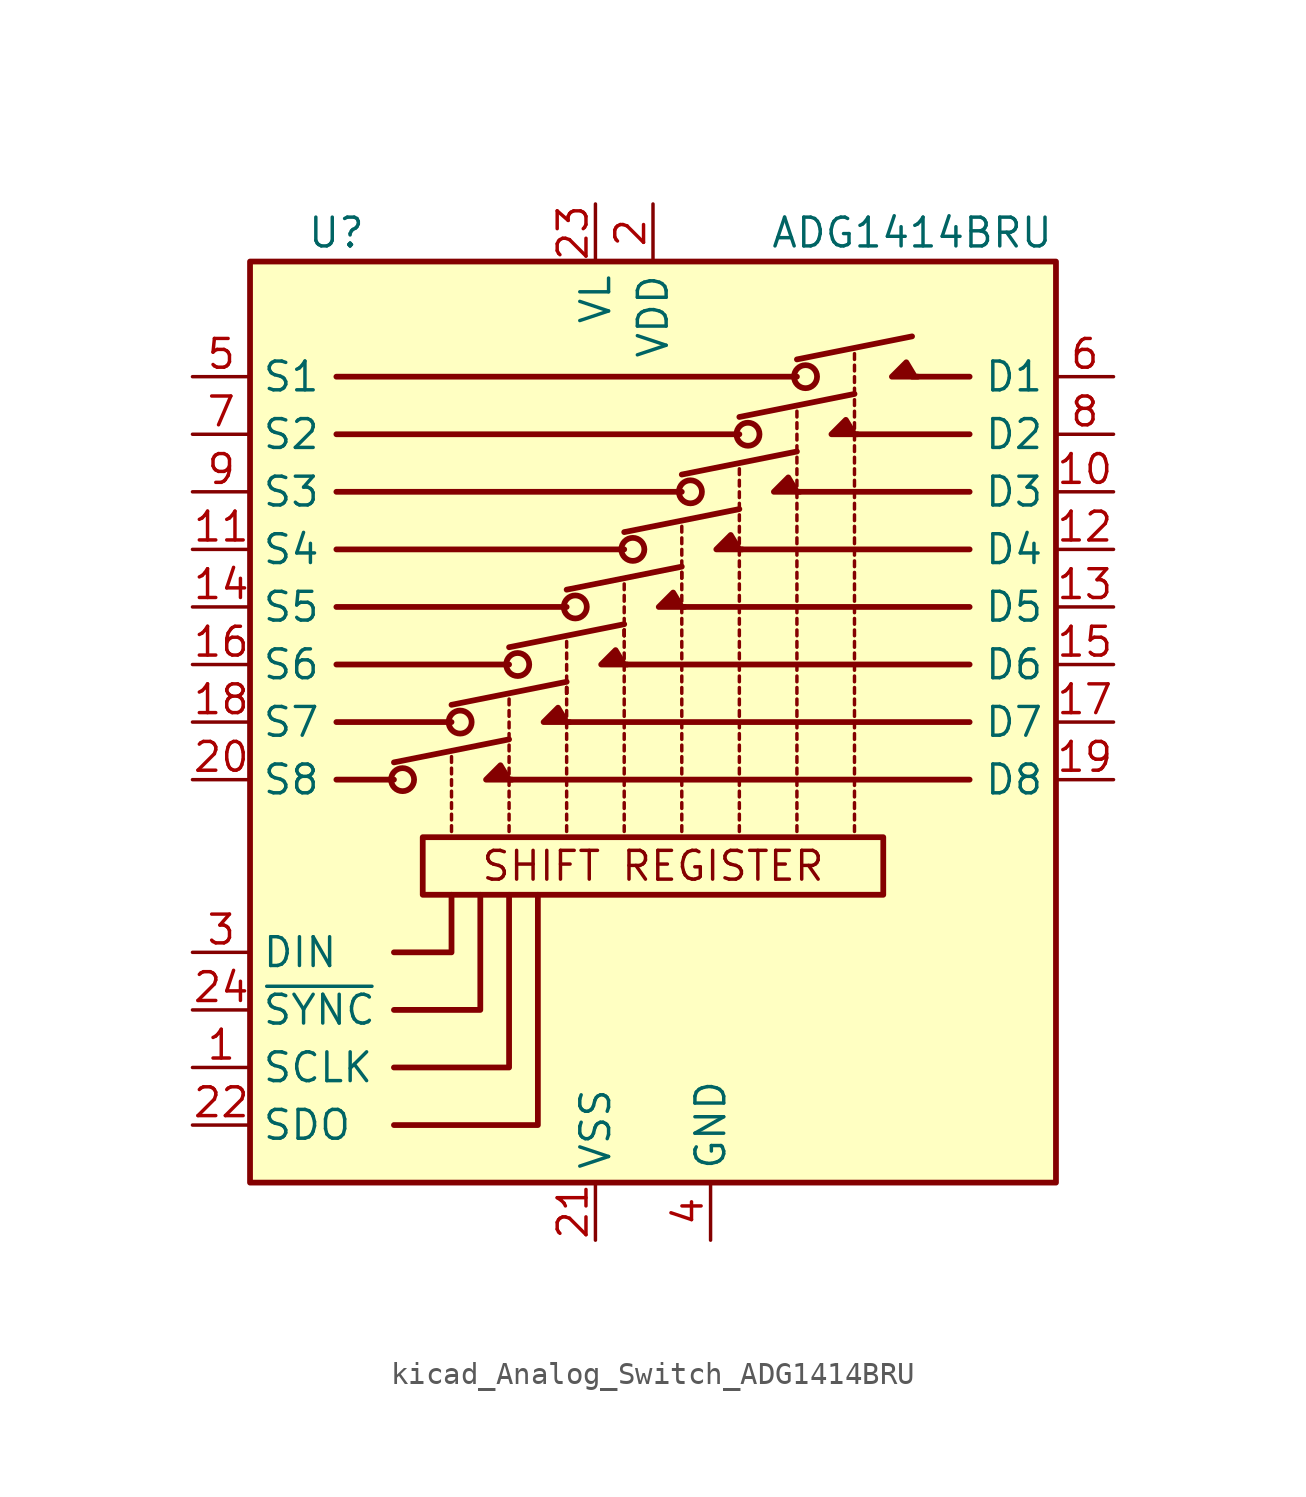
<source format=kicad_sym>
(kicad_symbol_lib
  (version 20220914)
  (generator kicad_symbol_editor)
  (symbol "kicad_Analog_Switch_ADG1414BRU"
    (property "Reference" "U"
      (at -13.97 21.59 0)
      (effects (font (size 1.27 1.27))))
    (property "Value" "ADG1414BRU"
      (at 11.43 21.59 0)
      (effects (font (size 1.27 1.27))))
    (symbol "kicad_Analog_Switch_ADG1414BRU_1_0"
      (polyline (pts (xy -11.43 -17.78) (xy -5.08 -17.78) (xy -5.08 -7.62)) (stroke (width 0.254) (type default)) (fill (type none)))
      (polyline (pts (xy -11.43 -15.24) (xy -6.35 -15.24) (xy -6.35 -7.62)) (stroke (width 0.254) (type default)) (fill (type none)))
      (polyline (pts (xy -11.43 -10.16) (xy -8.89 -10.16) (xy -8.89 -7.62)) (stroke (width 0.254) (type default)) (fill (type none)))
      (polyline (pts (xy -11.43 -12.7) (xy -7.62 -12.7) (xy -7.62 -10.16) (xy -7.62 -7.62)) (stroke (width 0.254) (type default)) (fill (type none)))
      (polyline (pts (xy -6.223 -2.54) (xy -7.366 -2.54) (xy -6.731 -1.905) (xy -6.35 -2.54)) (stroke (width 0.254) (type default)) (fill (type outline)))
      (polyline (pts (xy -3.683 0) (xy -4.826 0) (xy -4.191 0.635) (xy -3.81 0)) (stroke (width 0.254) (type default)) (fill (type outline)))
      (polyline (pts (xy -1.143 2.54) (xy -2.286 2.54) (xy -1.651 3.175) (xy -1.27 2.54)) (stroke (width 0.254) (type default)) (fill (type outline)))
      (polyline (pts (xy 1.397 5.08) (xy 0.254 5.08) (xy 0.889 5.715) (xy 1.27 5.08)) (stroke (width 0.254) (type default)) (fill (type outline)))
      (polyline (pts (xy 3.937 7.62) (xy 2.794 7.62) (xy 3.429 8.255) (xy 3.81 7.62)) (stroke (width 0.254) (type default)) (fill (type outline)))
      (polyline (pts (xy 6.477 10.16) (xy 5.334 10.16) (xy 5.969 10.795) (xy 6.35 10.16)) (stroke (width 0.254) (type default)) (fill (type outline)))
      (polyline (pts (xy 9.017 12.7) (xy 7.874 12.7) (xy 8.509 13.335) (xy 8.89 12.7)) (stroke (width 0.254) (type default)) (fill (type outline)))
      (polyline (pts (xy 11.684 15.24) (xy 10.541 15.24) (xy 11.176 15.875) (xy 11.557 15.24)) (stroke (width 0.254) (type default)) (fill (type outline)))
      (text "SHIFT REGISTER" (at 0 -6.35 0) (effects (font (size 1.27 1.27)))))
    (symbol "kicad_Analog_Switch_ADG1414BRU_1_1"
      (rectangle (start -17.78 -20.32) (end 17.78 20.32) (stroke (width 0.254) (type default)) (fill (type background)))
      (circle (center -11.049 -2.54) (radius 0.508) (stroke (width 0.254) (type default)) (fill (type none)))
      (rectangle (start -10.16 -5.08) (end 10.16 -7.62) (stroke (width 0.254) (type default)) (fill (type none)))
      (circle (center -8.509 0) (radius 0.508) (stroke (width 0.254) (type default)) (fill (type none)))
      (circle (center -5.969 2.54) (radius 0.508) (stroke (width 0.254) (type default)) (fill (type none)))
      (circle (center -3.429 5.08) (radius 0.508) (stroke (width 0.254) (type default)) (fill (type none)))
      (circle (center -0.889 7.62) (radius 0.508) (stroke (width 0.254) (type default)) (fill (type none)))
      (polyline (pts (xy -11.43 -2.54) (xy -13.97 -2.54)) (stroke (width 0.254) (type default)) (fill (type none)))
      (polyline (pts (xy -11.43 -1.778) (xy -6.35 -0.762)) (stroke (width 0.254) (type default)) (fill (type none)))
      (polyline (pts (xy -8.89 -4.826) (xy -8.89 -4.572)) (stroke (width 0) (type default)) (fill (type none)))
      (polyline (pts (xy -8.89 -4.318) (xy -8.89 -4.064)) (stroke (width 0) (type default)) (fill (type none)))
      (polyline (pts (xy -8.89 -3.81) (xy -8.89 -3.556)) (stroke (width 0) (type default)) (fill (type none)))
      (polyline (pts (xy -8.89 -3.302) (xy -8.89 -3.048)) (stroke (width 0) (type default)) (fill (type none)))
      (polyline (pts (xy -8.89 -2.794) (xy -8.89 -2.54)) (stroke (width 0) (type default)) (fill (type none)))
      (polyline (pts (xy -8.89 -2.286) (xy -8.89 -2.032)) (stroke (width 0) (type default)) (fill (type none)))
      (polyline (pts (xy -8.89 -1.778) (xy -8.89 -1.524)) (stroke (width 0) (type default)) (fill (type none)))
      (polyline (pts (xy -8.89 0) (xy -13.97 0)) (stroke (width 0.254) (type default)) (fill (type none)))
      (polyline (pts (xy -8.89 0.762) (xy -3.81 1.778)) (stroke (width 0.254) (type default)) (fill (type none)))
      (polyline (pts (xy -6.35 -4.826) (xy -6.35 -4.572)) (stroke (width 0) (type default)) (fill (type none)))
      (polyline (pts (xy -6.35 -4.318) (xy -6.35 -4.064)) (stroke (width 0) (type default)) (fill (type none)))
      (polyline (pts (xy -6.35 -3.81) (xy -6.35 -3.556)) (stroke (width 0) (type default)) (fill (type none)))
      (polyline (pts (xy -6.35 -3.302) (xy -6.35 -3.048)) (stroke (width 0) (type default)) (fill (type none)))
      (polyline (pts (xy -6.35 -2.794) (xy -6.35 -2.54)) (stroke (width 0) (type default)) (fill (type none)))
      (polyline (pts (xy -6.35 -2.54) (xy 13.97 -2.54)) (stroke (width 0.254) (type default)) (fill (type none)))
      (polyline (pts (xy -6.35 -2.286) (xy -6.35 -2.032)) (stroke (width 0) (type default)) (fill (type none)))
      (polyline (pts (xy -6.35 -1.778) (xy -6.35 -1.524)) (stroke (width 0) (type default)) (fill (type none)))
      (polyline (pts (xy -6.35 -1.27) (xy -6.35 -1.016)) (stroke (width 0) (type default)) (fill (type none)))
      (polyline (pts (xy -6.35 -0.762) (xy -6.35 -0.508)) (stroke (width 0) (type default)) (fill (type none)))
      (polyline (pts (xy -6.35 -0.254) (xy -6.35 0)) (stroke (width 0) (type default)) (fill (type none)))
      (polyline (pts (xy -6.35 0.254) (xy -6.35 0.508)) (stroke (width 0) (type default)) (fill (type none)))
      (polyline (pts (xy -6.35 0.762) (xy -6.35 1.016)) (stroke (width 0) (type default)) (fill (type none)))
      (polyline (pts (xy -6.35 2.54) (xy -13.97 2.54)) (stroke (width 0.254) (type default)) (fill (type none)))
      (polyline (pts (xy -6.35 3.302) (xy -1.27 4.318)) (stroke (width 0.254) (type default)) (fill (type none)))
      (polyline (pts (xy -3.81 -4.826) (xy -3.81 -4.572)) (stroke (width 0) (type default)) (fill (type none)))
      (polyline (pts (xy -3.81 -4.318) (xy -3.81 -4.064)) (stroke (width 0) (type default)) (fill (type none)))
      (polyline (pts (xy -3.81 -3.81) (xy -3.81 -3.556)) (stroke (width 0) (type default)) (fill (type none)))
      (polyline (pts (xy -3.81 -3.302) (xy -3.81 -3.048)) (stroke (width 0) (type default)) (fill (type none)))
      (polyline (pts (xy -3.81 -2.794) (xy -3.81 -2.54)) (stroke (width 0) (type default)) (fill (type none)))
      (polyline (pts (xy -3.81 -2.286) (xy -3.81 -2.032)) (stroke (width 0) (type default)) (fill (type none)))
      (polyline (pts (xy -3.81 -1.778) (xy -3.81 -1.524)) (stroke (width 0) (type default)) (fill (type none)))
      (polyline (pts (xy -3.81 -1.27) (xy -3.81 -1.016)) (stroke (width 0) (type default)) (fill (type none)))
      (polyline (pts (xy -3.81 -0.762) (xy -3.81 -0.508)) (stroke (width 0) (type default)) (fill (type none)))
      (polyline (pts (xy -3.81 -0.254) (xy -3.81 0)) (stroke (width 0) (type default)) (fill (type none)))
      (polyline (pts (xy -3.81 0) (xy 13.97 0)) (stroke (width 0.254) (type default)) (fill (type none)))
      (polyline (pts (xy -3.81 0.254) (xy -3.81 0.508)) (stroke (width 0) (type default)) (fill (type none)))
      (polyline (pts (xy -3.81 0.762) (xy -3.81 1.016)) (stroke (width 0) (type default)) (fill (type none)))
      (polyline (pts (xy -3.81 1.27) (xy -3.81 1.524)) (stroke (width 0) (type default)) (fill (type none)))
      (polyline (pts (xy -3.81 1.27) (xy -3.81 1.524)) (stroke (width 0) (type default)) (fill (type none)))
      (polyline (pts (xy -3.81 1.27) (xy -3.81 1.524)) (stroke (width 0) (type default)) (fill (type none)))
      (polyline (pts (xy -3.81 1.27) (xy -3.81 1.524)) (stroke (width 0) (type default)) (fill (type none)))
      (polyline (pts (xy -3.81 1.778) (xy -3.81 2.032)) (stroke (width 0) (type default)) (fill (type none)))
      (polyline (pts (xy -3.81 2.286) (xy -3.81 2.54)) (stroke (width 0) (type default)) (fill (type none)))
      (polyline (pts (xy -3.81 2.794) (xy -3.81 3.048)) (stroke (width 0) (type default)) (fill (type none)))
      (polyline (pts (xy -3.81 3.302) (xy -3.81 3.556)) (stroke (width 0) (type default)) (fill (type none)))
      (polyline (pts (xy -3.81 5.08) (xy -13.97 5.08)) (stroke (width 0.254) (type default)) (fill (type none)))
      (polyline (pts (xy -3.81 5.842) (xy 1.27 6.858)) (stroke (width 0.254) (type default)) (fill (type none)))
      (polyline (pts (xy -1.27 -4.826) (xy -1.27 -4.572)) (stroke (width 0) (type default)) (fill (type none)))
      (polyline (pts (xy -1.27 -4.318) (xy -1.27 -4.064)) (stroke (width 0) (type default)) (fill (type none)))
      (polyline (pts (xy -1.27 -3.81) (xy -1.27 -3.556)) (stroke (width 0) (type default)) (fill (type none)))
      (polyline (pts (xy -1.27 -3.302) (xy -1.27 -3.048)) (stroke (width 0) (type default)) (fill (type none)))
      (polyline (pts (xy -1.27 -2.794) (xy -1.27 -2.54)) (stroke (width 0) (type default)) (fill (type none)))
      (polyline (pts (xy -1.27 -2.286) (xy -1.27 -2.032)) (stroke (width 0) (type default)) (fill (type none)))
      (polyline (pts (xy -1.27 -1.778) (xy -1.27 -1.524)) (stroke (width 0) (type default)) (fill (type none)))
      (polyline (pts (xy -1.27 -1.27) (xy -1.27 -1.016)) (stroke (width 0) (type default)) (fill (type none)))
      (polyline (pts (xy -1.27 -0.762) (xy -1.27 -0.508)) (stroke (width 0) (type default)) (fill (type none)))
      (polyline (pts (xy -1.27 -0.254) (xy -1.27 0)) (stroke (width 0) (type default)) (fill (type none)))
      (polyline (pts (xy -1.27 0.254) (xy -1.27 0.508)) (stroke (width 0) (type default)) (fill (type none)))
      (polyline (pts (xy -1.27 0.762) (xy -1.27 1.016)) (stroke (width 0) (type default)) (fill (type none)))
      (polyline (pts (xy -1.27 1.27) (xy -1.27 1.524)) (stroke (width 0) (type default)) (fill (type none)))
      (polyline (pts (xy -1.27 1.778) (xy -1.27 2.032)) (stroke (width 0) (type default)) (fill (type none)))
      (polyline (pts (xy -1.27 2.286) (xy -1.27 2.54)) (stroke (width 0) (type default)) (fill (type none)))
      (polyline (pts (xy -1.27 2.54) (xy 13.97 2.54)) (stroke (width 0.254) (type default)) (fill (type none)))
      (polyline (pts (xy -1.27 2.794) (xy -1.27 3.048)) (stroke (width 0) (type default)) (fill (type none)))
      (polyline (pts (xy -1.27 3.302) (xy -1.27 3.556)) (stroke (width 0) (type default)) (fill (type none)))
      (polyline (pts (xy -1.27 3.81) (xy -1.27 4.064)) (stroke (width 0) (type default)) (fill (type none)))
      (polyline (pts (xy -1.27 3.81) (xy -1.27 4.064)) (stroke (width 0) (type default)) (fill (type none)))
      (polyline (pts (xy -1.27 3.81) (xy -1.27 4.064)) (stroke (width 0) (type default)) (fill (type none)))
      (polyline (pts (xy -1.27 4.318) (xy -1.27 4.572)) (stroke (width 0) (type default)) (fill (type none)))
      (polyline (pts (xy -1.27 4.826) (xy -1.27 5.08)) (stroke (width 0) (type default)) (fill (type none)))
      (polyline (pts (xy -1.27 5.334) (xy -1.27 5.588)) (stroke (width 0) (type default)) (fill (type none)))
      (polyline (pts (xy -1.27 5.842) (xy -1.27 6.096)) (stroke (width 0) (type default)) (fill (type none)))
      (polyline (pts (xy -1.27 7.62) (xy -13.97 7.62)) (stroke (width 0.254) (type default)) (fill (type none)))
      (polyline (pts (xy -1.27 8.382) (xy 3.81 9.398)) (stroke (width 0.254) (type default)) (fill (type none)))
      (polyline (pts (xy 1.27 -4.826) (xy 1.27 -4.572)) (stroke (width 0) (type default)) (fill (type none)))
      (polyline (pts (xy 1.27 -4.318) (xy 1.27 -4.064)) (stroke (width 0) (type default)) (fill (type none)))
      (polyline (pts (xy 1.27 -3.81) (xy 1.27 -3.556)) (stroke (width 0) (type default)) (fill (type none)))
      (polyline (pts (xy 1.27 -3.302) (xy 1.27 -3.048)) (stroke (width 0) (type default)) (fill (type none)))
      (polyline (pts (xy 1.27 -2.794) (xy 1.27 -2.54)) (stroke (width 0) (type default)) (fill (type none)))
      (polyline (pts (xy 1.27 -2.286) (xy 1.27 -2.032)) (stroke (width 0) (type default)) (fill (type none)))
      (polyline (pts (xy 1.27 -1.778) (xy 1.27 -1.524)) (stroke (width 0) (type default)) (fill (type none)))
      (polyline (pts (xy 1.27 -1.27) (xy 1.27 -1.016)) (stroke (width 0) (type default)) (fill (type none)))
      (polyline (pts (xy 1.27 -0.762) (xy 1.27 -0.508)) (stroke (width 0) (type default)) (fill (type none)))
      (polyline (pts (xy 1.27 -0.254) (xy 1.27 0)) (stroke (width 0) (type default)) (fill (type none)))
      (polyline (pts (xy 1.27 0.254) (xy 1.27 0.508)) (stroke (width 0) (type default)) (fill (type none)))
      (polyline (pts (xy 1.27 0.762) (xy 1.27 1.016)) (stroke (width 0) (type default)) (fill (type none)))
      (polyline (pts (xy 1.27 1.27) (xy 1.27 1.524)) (stroke (width 0) (type default)) (fill (type none)))
      (polyline (pts (xy 1.27 1.778) (xy 1.27 2.032)) (stroke (width 0) (type default)) (fill (type none)))
      (polyline (pts (xy 1.27 2.286) (xy 1.27 2.54)) (stroke (width 0) (type default)) (fill (type none)))
      (polyline (pts (xy 1.27 2.794) (xy 1.27 3.048)) (stroke (width 0) (type default)) (fill (type none)))
      (polyline (pts (xy 1.27 3.302) (xy 1.27 3.556)) (stroke (width 0) (type default)) (fill (type none)))
      (polyline (pts (xy 1.27 3.81) (xy 1.27 4.064)) (stroke (width 0) (type default)) (fill (type none)))
      (polyline (pts (xy 1.27 4.318) (xy 1.27 4.572)) (stroke (width 0) (type default)) (fill (type none)))
      (polyline (pts (xy 1.27 4.826) (xy 1.27 5.08)) (stroke (width 0) (type default)) (fill (type none)))
      (polyline (pts (xy 1.27 5.08) (xy 13.97 5.08)) (stroke (width 0.254) (type default)) (fill (type none)))
      (polyline (pts (xy 1.27 5.334) (xy 1.27 5.588)) (stroke (width 0) (type default)) (fill (type none)))
      (polyline (pts (xy 1.27 5.842) (xy 1.27 6.096)) (stroke (width 0) (type default)) (fill (type none)))
      (polyline (pts (xy 1.27 6.35) (xy 1.27 6.604)) (stroke (width 0) (type default)) (fill (type none)))
      (polyline (pts (xy 1.27 6.35) (xy 1.27 6.604)) (stroke (width 0) (type default)) (fill (type none)))
      (polyline (pts (xy 1.27 6.858) (xy 1.27 7.112)) (stroke (width 0) (type default)) (fill (type none)))
      (polyline (pts (xy 1.27 7.366) (xy 1.27 7.62)) (stroke (width 0) (type default)) (fill (type none)))
      (polyline (pts (xy 1.27 7.874) (xy 1.27 8.128)) (stroke (width 0) (type default)) (fill (type none)))
      (polyline (pts (xy 1.27 8.382) (xy 1.27 8.636)) (stroke (width 0) (type default)) (fill (type none)))
      (polyline (pts (xy 1.27 10.16) (xy -13.97 10.16)) (stroke (width 0.254) (type default)) (fill (type none)))
      (polyline (pts (xy 1.27 10.922) (xy 6.35 11.938)) (stroke (width 0.254) (type default)) (fill (type none)))
      (polyline (pts (xy 3.81 -4.826) (xy 3.81 -4.572)) (stroke (width 0) (type default)) (fill (type none)))
      (polyline (pts (xy 3.81 -4.318) (xy 3.81 -4.064)) (stroke (width 0) (type default)) (fill (type none)))
      (polyline (pts (xy 3.81 -3.81) (xy 3.81 -3.556)) (stroke (width 0) (type default)) (fill (type none)))
      (polyline (pts (xy 3.81 -3.302) (xy 3.81 -3.048)) (stroke (width 0) (type default)) (fill (type none)))
      (polyline (pts (xy 3.81 -2.794) (xy 3.81 -2.54)) (stroke (width 0) (type default)) (fill (type none)))
      (polyline (pts (xy 3.81 -2.286) (xy 3.81 -2.032)) (stroke (width 0) (type default)) (fill (type none)))
      (polyline (pts (xy 3.81 -1.778) (xy 3.81 -1.524)) (stroke (width 0) (type default)) (fill (type none)))
      (polyline (pts (xy 3.81 -1.27) (xy 3.81 -1.016)) (stroke (width 0) (type default)) (fill (type none)))
      (polyline (pts (xy 3.81 -0.762) (xy 3.81 -0.508)) (stroke (width 0) (type default)) (fill (type none)))
      (polyline (pts (xy 3.81 -0.254) (xy 3.81 0)) (stroke (width 0) (type default)) (fill (type none)))
      (polyline (pts (xy 3.81 0.254) (xy 3.81 0.508)) (stroke (width 0) (type default)) (fill (type none)))
      (polyline (pts (xy 3.81 0.762) (xy 3.81 1.016)) (stroke (width 0) (type default)) (fill (type none)))
      (polyline (pts (xy 3.81 1.27) (xy 3.81 1.524)) (stroke (width 0) (type default)) (fill (type none)))
      (polyline (pts (xy 3.81 1.778) (xy 3.81 2.032)) (stroke (width 0) (type default)) (fill (type none)))
      (polyline (pts (xy 3.81 2.286) (xy 3.81 2.54)) (stroke (width 0) (type default)) (fill (type none)))
      (polyline (pts (xy 3.81 2.794) (xy 3.81 3.048)) (stroke (width 0) (type default)) (fill (type none)))
      (polyline (pts (xy 3.81 3.302) (xy 3.81 3.556)) (stroke (width 0) (type default)) (fill (type none)))
      (polyline (pts (xy 3.81 3.81) (xy 3.81 4.064)) (stroke (width 0) (type default)) (fill (type none)))
      (polyline (pts (xy 3.81 4.318) (xy 3.81 4.572)) (stroke (width 0) (type default)) (fill (type none)))
      (polyline (pts (xy 3.81 4.826) (xy 3.81 5.08)) (stroke (width 0) (type default)) (fill (type none)))
      (polyline (pts (xy 3.81 5.334) (xy 3.81 5.588)) (stroke (width 0) (type default)) (fill (type none)))
      (polyline (pts (xy 3.81 5.842) (xy 3.81 6.096)) (stroke (width 0) (type default)) (fill (type none)))
      (polyline (pts (xy 3.81 6.35) (xy 3.81 6.604)) (stroke (width 0) (type default)) (fill (type none)))
      (polyline (pts (xy 3.81 6.858) (xy 3.81 7.112)) (stroke (width 0) (type default)) (fill (type none)))
      (polyline (pts (xy 3.81 7.366) (xy 3.81 7.62)) (stroke (width 0) (type default)) (fill (type none)))
      (polyline (pts (xy 3.81 7.62) (xy 13.97 7.62)) (stroke (width 0.254) (type default)) (fill (type none)))
      (polyline (pts (xy 3.81 7.874) (xy 3.81 8.128)) (stroke (width 0) (type default)) (fill (type none)))
      (polyline (pts (xy 3.81 8.382) (xy 3.81 8.636)) (stroke (width 0) (type default)) (fill (type none)))
      (polyline (pts (xy 3.81 8.89) (xy 3.81 9.144)) (stroke (width 0) (type default)) (fill (type none)))
      (polyline (pts (xy 3.81 9.398) (xy 3.81 9.652)) (stroke (width 0) (type default)) (fill (type none)))
      (polyline (pts (xy 3.81 9.906) (xy 3.81 10.16)) (stroke (width 0) (type default)) (fill (type none)))
      (polyline (pts (xy 3.81 10.414) (xy 3.81 10.668)) (stroke (width 0) (type default)) (fill (type none)))
      (polyline (pts (xy 3.81 10.922) (xy 3.81 11.176)) (stroke (width 0) (type default)) (fill (type none)))
      (polyline (pts (xy 3.81 12.7) (xy -13.97 12.7)) (stroke (width 0.254) (type default)) (fill (type none)))
      (polyline (pts (xy 3.81 13.462) (xy 8.89 14.478)) (stroke (width 0.254) (type default)) (fill (type none)))
      (polyline (pts (xy 6.35 -4.826) (xy 6.35 -4.572)) (stroke (width 0) (type default)) (fill (type none)))
      (polyline (pts (xy 6.35 -4.318) (xy 6.35 -4.064)) (stroke (width 0) (type default)) (fill (type none)))
      (polyline (pts (xy 6.35 -3.81) (xy 6.35 -3.556)) (stroke (width 0) (type default)) (fill (type none)))
      (polyline (pts (xy 6.35 -3.302) (xy 6.35 -3.048)) (stroke (width 0) (type default)) (fill (type none)))
      (polyline (pts (xy 6.35 -2.794) (xy 6.35 -2.54)) (stroke (width 0) (type default)) (fill (type none)))
      (polyline (pts (xy 6.35 -2.286) (xy 6.35 -2.032)) (stroke (width 0) (type default)) (fill (type none)))
      (polyline (pts (xy 6.35 -1.778) (xy 6.35 -1.524)) (stroke (width 0) (type default)) (fill (type none)))
      (polyline (pts (xy 6.35 -1.27) (xy 6.35 -1.016)) (stroke (width 0) (type default)) (fill (type none)))
      (polyline (pts (xy 6.35 -0.762) (xy 6.35 -0.508)) (stroke (width 0) (type default)) (fill (type none)))
      (polyline (pts (xy 6.35 -0.254) (xy 6.35 0)) (stroke (width 0) (type default)) (fill (type none)))
      (polyline (pts (xy 6.35 0.254) (xy 6.35 0.508)) (stroke (width 0) (type default)) (fill (type none)))
      (polyline (pts (xy 6.35 0.762) (xy 6.35 1.016)) (stroke (width 0) (type default)) (fill (type none)))
      (polyline (pts (xy 6.35 1.27) (xy 6.35 1.524)) (stroke (width 0) (type default)) (fill (type none)))
      (polyline (pts (xy 6.35 1.778) (xy 6.35 2.032)) (stroke (width 0) (type default)) (fill (type none)))
      (polyline (pts (xy 6.35 2.286) (xy 6.35 2.54)) (stroke (width 0) (type default)) (fill (type none)))
      (polyline (pts (xy 6.35 2.794) (xy 6.35 3.048)) (stroke (width 0) (type default)) (fill (type none)))
      (polyline (pts (xy 6.35 3.302) (xy 6.35 3.556)) (stroke (width 0) (type default)) (fill (type none)))
      (polyline (pts (xy 6.35 3.81) (xy 6.35 4.064)) (stroke (width 0) (type default)) (fill (type none)))
      (polyline (pts (xy 6.35 4.318) (xy 6.35 4.572)) (stroke (width 0) (type default)) (fill (type none)))
      (polyline (pts (xy 6.35 4.826) (xy 6.35 5.08)) (stroke (width 0) (type default)) (fill (type none)))
      (polyline (pts (xy 6.35 5.334) (xy 6.35 5.588)) (stroke (width 0) (type default)) (fill (type none)))
      (polyline (pts (xy 6.35 5.842) (xy 6.35 6.096)) (stroke (width 0) (type default)) (fill (type none)))
      (polyline (pts (xy 6.35 6.35) (xy 6.35 6.604)) (stroke (width 0) (type default)) (fill (type none)))
      (polyline (pts (xy 6.35 6.858) (xy 6.35 7.112)) (stroke (width 0) (type default)) (fill (type none)))
      (polyline (pts (xy 6.35 7.366) (xy 6.35 7.62)) (stroke (width 0) (type default)) (fill (type none)))
      (polyline (pts (xy 6.35 7.874) (xy 6.35 8.128)) (stroke (width 0) (type default)) (fill (type none)))
      (polyline (pts (xy 6.35 8.382) (xy 6.35 8.636)) (stroke (width 0) (type default)) (fill (type none)))
      (polyline (pts (xy 6.35 8.89) (xy 6.35 9.144)) (stroke (width 0) (type default)) (fill (type none)))
      (polyline (pts (xy 6.35 9.398) (xy 6.35 9.652)) (stroke (width 0) (type default)) (fill (type none)))
      (polyline (pts (xy 6.35 9.906) (xy 6.35 10.16)) (stroke (width 0) (type default)) (fill (type none)))
      (polyline (pts (xy 6.35 10.16) (xy 13.97 10.16)) (stroke (width 0.254) (type default)) (fill (type none)))
      (polyline (pts (xy 6.35 10.414) (xy 6.35 10.668)) (stroke (width 0) (type default)) (fill (type none)))
      (polyline (pts (xy 6.35 10.922) (xy 6.35 11.176)) (stroke (width 0) (type default)) (fill (type none)))
      (polyline (pts (xy 6.35 11.43) (xy 6.35 11.684)) (stroke (width 0) (type default)) (fill (type none)))
      (polyline (pts (xy 6.35 11.938) (xy 6.35 12.192)) (stroke (width 0) (type default)) (fill (type none)))
      (polyline (pts (xy 6.35 12.446) (xy 6.35 12.7)) (stroke (width 0) (type default)) (fill (type none)))
      (polyline (pts (xy 6.35 12.954) (xy 6.35 13.208)) (stroke (width 0) (type default)) (fill (type none)))
      (polyline (pts (xy 6.35 13.462) (xy 6.35 13.716)) (stroke (width 0) (type default)) (fill (type none)))
      (polyline (pts (xy 6.35 15.24) (xy -13.97 15.24)) (stroke (width 0.254) (type default)) (fill (type none)))
      (polyline (pts (xy 6.35 16.002) (xy 11.43 17.018)) (stroke (width 0.254) (type default)) (fill (type none)))
      (polyline (pts (xy 8.89 -4.826) (xy 8.89 -4.572)) (stroke (width 0) (type default)) (fill (type none)))
      (polyline (pts (xy 8.89 -4.318) (xy 8.89 -4.064)) (stroke (width 0) (type default)) (fill (type none)))
      (polyline (pts (xy 8.89 -3.81) (xy 8.89 -3.556)) (stroke (width 0) (type default)) (fill (type none)))
      (polyline (pts (xy 8.89 -3.302) (xy 8.89 -3.048)) (stroke (width 0) (type default)) (fill (type none)))
      (polyline (pts (xy 8.89 -2.794) (xy 8.89 -2.54)) (stroke (width 0) (type default)) (fill (type none)))
      (polyline (pts (xy 8.89 -2.286) (xy 8.89 -2.032)) (stroke (width 0) (type default)) (fill (type none)))
      (polyline (pts (xy 8.89 -1.778) (xy 8.89 -1.524)) (stroke (width 0) (type default)) (fill (type none)))
      (polyline (pts (xy 8.89 -1.27) (xy 8.89 -1.016)) (stroke (width 0) (type default)) (fill (type none)))
      (polyline (pts (xy 8.89 -0.762) (xy 8.89 -0.508)) (stroke (width 0) (type default)) (fill (type none)))
      (polyline (pts (xy 8.89 -0.254) (xy 8.89 0)) (stroke (width 0) (type default)) (fill (type none)))
      (polyline (pts (xy 8.89 0.254) (xy 8.89 0.508)) (stroke (width 0) (type default)) (fill (type none)))
      (polyline (pts (xy 8.89 0.762) (xy 8.89 1.016)) (stroke (width 0) (type default)) (fill (type none)))
      (polyline (pts (xy 8.89 1.27) (xy 8.89 1.524)) (stroke (width 0) (type default)) (fill (type none)))
      (polyline (pts (xy 8.89 1.778) (xy 8.89 2.032)) (stroke (width 0) (type default)) (fill (type none)))
      (polyline (pts (xy 8.89 2.286) (xy 8.89 2.54)) (stroke (width 0) (type default)) (fill (type none)))
      (polyline (pts (xy 8.89 2.794) (xy 8.89 3.048)) (stroke (width 0) (type default)) (fill (type none)))
      (polyline (pts (xy 8.89 3.302) (xy 8.89 3.556)) (stroke (width 0) (type default)) (fill (type none)))
      (polyline (pts (xy 8.89 3.81) (xy 8.89 4.064)) (stroke (width 0) (type default)) (fill (type none)))
      (polyline (pts (xy 8.89 4.318) (xy 8.89 4.572)) (stroke (width 0) (type default)) (fill (type none)))
      (polyline (pts (xy 8.89 4.826) (xy 8.89 5.08)) (stroke (width 0) (type default)) (fill (type none)))
      (polyline (pts (xy 8.89 5.334) (xy 8.89 5.588)) (stroke (width 0) (type default)) (fill (type none)))
      (polyline (pts (xy 8.89 5.842) (xy 8.89 6.096)) (stroke (width 0) (type default)) (fill (type none)))
      (polyline (pts (xy 8.89 6.35) (xy 8.89 6.604)) (stroke (width 0) (type default)) (fill (type none)))
      (polyline (pts (xy 8.89 6.858) (xy 8.89 7.112)) (stroke (width 0) (type default)) (fill (type none)))
      (polyline (pts (xy 8.89 7.366) (xy 8.89 7.62)) (stroke (width 0) (type default)) (fill (type none)))
      (polyline (pts (xy 8.89 7.874) (xy 8.89 8.128)) (stroke (width 0) (type default)) (fill (type none)))
      (polyline (pts (xy 8.89 8.382) (xy 8.89 8.636)) (stroke (width 0) (type default)) (fill (type none)))
      (polyline (pts (xy 8.89 8.89) (xy 8.89 9.144)) (stroke (width 0) (type default)) (fill (type none)))
      (polyline (pts (xy 8.89 9.398) (xy 8.89 9.652)) (stroke (width 0) (type default)) (fill (type none)))
      (polyline (pts (xy 8.89 9.906) (xy 8.89 10.16)) (stroke (width 0) (type default)) (fill (type none)))
      (polyline (pts (xy 8.89 10.414) (xy 8.89 10.668)) (stroke (width 0) (type default)) (fill (type none)))
      (polyline (pts (xy 8.89 10.922) (xy 8.89 11.176)) (stroke (width 0) (type default)) (fill (type none)))
      (polyline (pts (xy 8.89 11.43) (xy 8.89 11.684)) (stroke (width 0) (type default)) (fill (type none)))
      (polyline (pts (xy 8.89 11.938) (xy 8.89 12.192)) (stroke (width 0) (type default)) (fill (type none)))
      (polyline (pts (xy 8.89 12.446) (xy 8.89 12.7)) (stroke (width 0) (type default)) (fill (type none)))
      (polyline (pts (xy 8.89 12.7) (xy 13.97 12.7)) (stroke (width 0.254) (type default)) (fill (type none)))
      (polyline (pts (xy 8.89 12.954) (xy 8.89 13.208)) (stroke (width 0) (type default)) (fill (type none)))
      (polyline (pts (xy 8.89 13.462) (xy 8.89 13.716)) (stroke (width 0) (type default)) (fill (type none)))
      (polyline (pts (xy 8.89 13.97) (xy 8.89 14.224)) (stroke (width 0) (type default)) (fill (type none)))
      (polyline (pts (xy 8.89 14.478) (xy 8.89 14.732)) (stroke (width 0) (type default)) (fill (type none)))
      (polyline (pts (xy 8.89 14.986) (xy 8.89 15.24)) (stroke (width 0) (type default)) (fill (type none)))
      (polyline (pts (xy 8.89 15.494) (xy 8.89 15.748)) (stroke (width 0) (type default)) (fill (type none)))
      (polyline (pts (xy 8.89 16.002) (xy 8.89 16.256)) (stroke (width 0) (type default)) (fill (type none)))
      (polyline (pts (xy 11.43 15.24) (xy 13.97 15.24)) (stroke (width 0.254) (type default)) (fill (type none)))
      (circle (center 1.651 10.16) (radius 0.508) (stroke (width 0.254) (type default)) (fill (type none)))
      (circle (center 4.191 12.7) (radius 0.508) (stroke (width 0.254) (type default)) (fill (type none)))
      (circle (center 6.731 15.24) (radius 0.508) (stroke (width 0.254) (type default)) (fill (type none)))
      (pin input line (at -20.32 -15.24 0) (length 2.54) (name "SCLK" (effects (font (size 1.27 1.27)))) (number "1" (effects (font (size 1.27 1.27)))))
      (pin passive line (at 20.32 10.16 180) (length 2.54) (name "D3" (effects (font (size 1.27 1.27)))) (number "10" (effects (font (size 1.27 1.27)))))
      (pin passive line (at -20.32 7.62 0) (length 2.54) (name "S4" (effects (font (size 1.27 1.27)))) (number "11" (effects (font (size 1.27 1.27)))))
      (pin passive line (at 20.32 7.62 180) (length 2.54) (name "D4" (effects (font (size 1.27 1.27)))) (number "12" (effects (font (size 1.27 1.27)))))
      (pin passive line (at 20.32 5.08 180) (length 2.54) (name "D5" (effects (font (size 1.27 1.27)))) (number "13" (effects (font (size 1.27 1.27)))))
      (pin passive line (at -20.32 5.08 0) (length 2.54) (name "S5" (effects (font (size 1.27 1.27)))) (number "14" (effects (font (size 1.27 1.27)))))
      (pin passive line (at 20.32 2.54 180) (length 2.54) (name "D6" (effects (font (size 1.27 1.27)))) (number "15" (effects (font (size 1.27 1.27)))))
      (pin passive line (at -20.32 2.54 0) (length 2.54) (name "S6" (effects (font (size 1.27 1.27)))) (number "16" (effects (font (size 1.27 1.27)))))
      (pin passive line (at 20.32 0 180) (length 2.54) (name "D7" (effects (font (size 1.27 1.27)))) (number "17" (effects (font (size 1.27 1.27)))))
      (pin passive line (at -20.32 0 0) (length 2.54) (name "S7" (effects (font (size 1.27 1.27)))) (number "18" (effects (font (size 1.27 1.27)))))
      (pin passive line (at 20.32 -2.54 180) (length 2.54) (name "D8" (effects (font (size 1.27 1.27)))) (number "19" (effects (font (size 1.27 1.27)))))
      (pin power_in line (at 0 22.86 270) (length 2.54) (name "VDD" (effects (font (size 1.27 1.27)))) (number "2" (effects (font (size 1.27 1.27)))))
      (pin passive line (at -20.32 -2.54 0) (length 2.54) (name "S8" (effects (font (size 1.27 1.27)))) (number "20" (effects (font (size 1.27 1.27)))))
      (pin power_in line (at -2.54 -22.86 90) (length 2.54) (name "VSS" (effects (font (size 1.27 1.27)))) (number "21" (effects (font (size 1.27 1.27)))))
      (pin open_collector line (at -20.32 -17.78 0) (length 2.54) (name "SDO" (effects (font (size 1.27 1.27)))) (number "22" (effects (font (size 1.27 1.27)))))
      (pin power_in line (at -2.54 22.86 270) (length 2.54) (name "VL" (effects (font (size 1.27 1.27)))) (number "23" (effects (font (size 1.27 1.27)))))
      (pin input line (at -20.32 -12.7 0) (length 2.54) (name "~{SYNC}" (effects (font (size 1.27 1.27)))) (number "24" (effects (font (size 1.27 1.27)))))
      (pin input line (at -20.32 -10.16 0) (length 2.54) (name "DIN" (effects (font (size 1.27 1.27)))) (number "3" (effects (font (size 1.27 1.27)))))
      (pin power_in line (at 2.54 -22.86 90) (length 2.54) (name "GND" (effects (font (size 1.27 1.27)))) (number "4" (effects (font (size 1.27 1.27)))))
      (pin passive line (at -20.32 15.24 0) (length 2.54) (name "S1" (effects (font (size 1.27 1.27)))) (number "5" (effects (font (size 1.27 1.27)))))
      (pin passive line (at 20.32 15.24 180) (length 2.54) (name "D1" (effects (font (size 1.27 1.27)))) (number "6" (effects (font (size 1.27 1.27)))))
      (pin passive line (at -20.32 12.7 0) (length 2.54) (name "S2" (effects (font (size 1.27 1.27)))) (number "7" (effects (font (size 1.27 1.27)))))
      (pin passive line (at 20.32 12.7 180) (length 2.54) (name "D2" (effects (font (size 1.27 1.27)))) (number "8" (effects (font (size 1.27 1.27)))))
      (pin passive line (at -20.32 10.16 0) (length 2.54) (name "S3" (effects (font (size 1.27 1.27)))) (number "9" (effects (font (size 1.27 1.27))))))))
</source>
